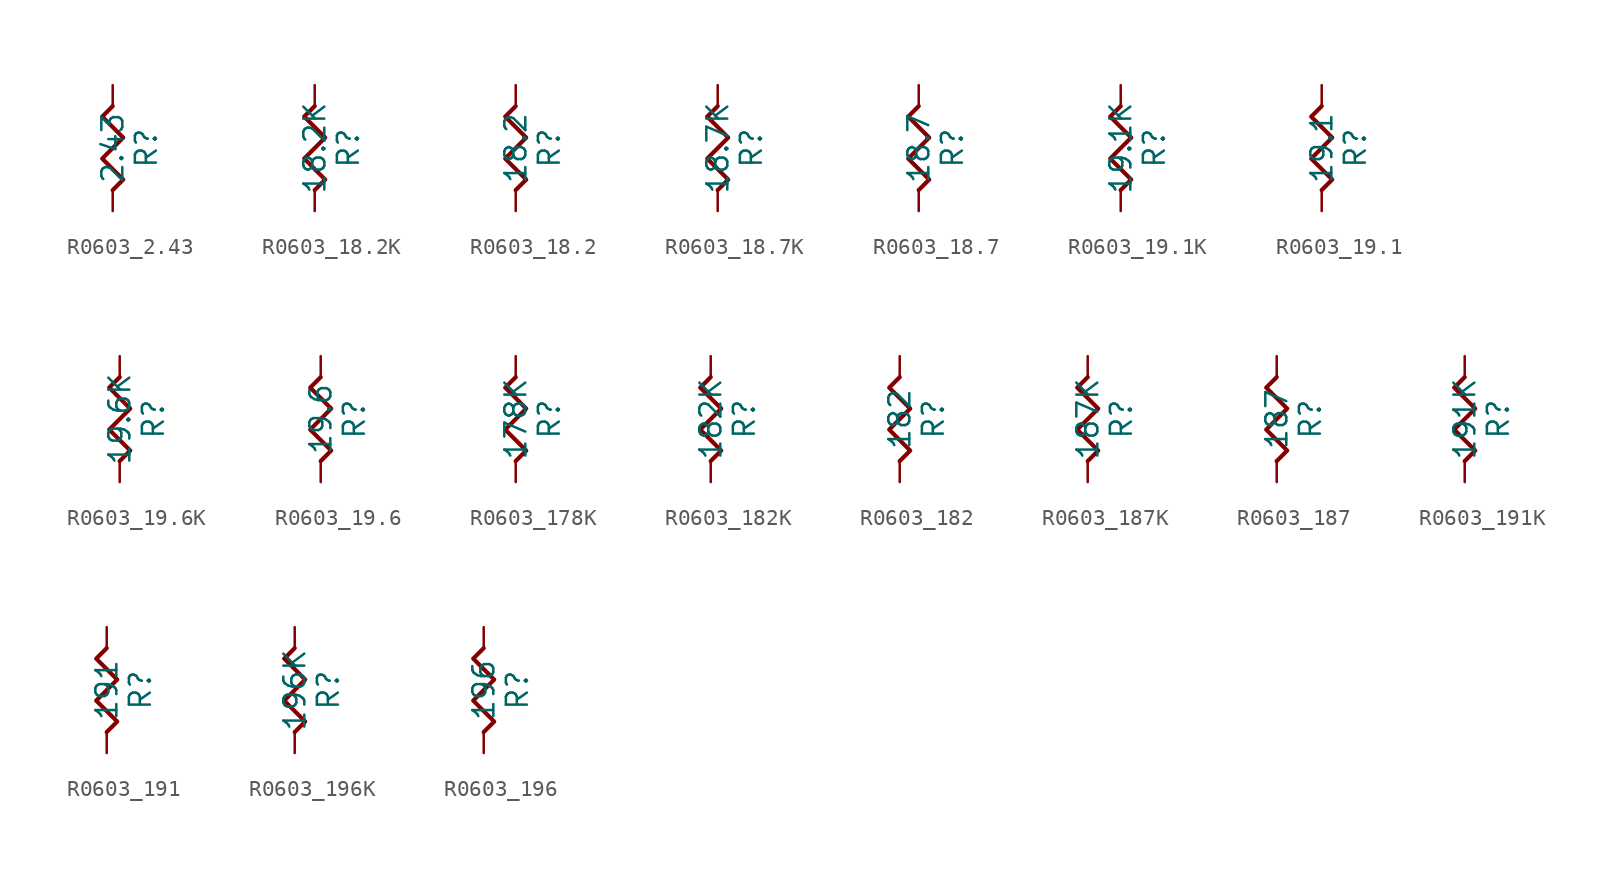
<source format=kicad_sym>
(kicad_symbol_lib
  (version 20211014)
  (generator atlantix-eda)
  (symbol "R0603_2.43"
    (pin_numbers hide)
    (pin_names
      (offset 0))
    (property "Reference" "R"
      (at 2.032 0 90)
      (effects (font (size 1.27 1.27))))
    (property "Value" "2.43"
      (at 0 0 90)
      (effects (font (size 1.27 1.27))))
    (symbol "R0603_2.43_0_1"
      (polyline (pts (xy 0 -2.54) (xy 0.635 -1.905) (xy -0.635 -0.635) (xy 0.635 0.635) (xy -0.635 1.905) (xy 0 2.54)) (stroke (width 0.254) (type default) (color 0 0 0 0)) (fill (type none))))
    (symbol "R0603_2.43_1_1"
      (pin passive line (at 0 3.81 270) (length 1.27) (name "~" (effects (font (size 1.27 1.27)))) (number "1" (effects (font (size 1.27 1.27)))))
      (pin passive line (at 0 -3.81 90) (length 1.27) (name "~" (effects (font (size 1.27 1.27)))) (number "2" (effects (font (size 1.27 1.27)))))))
  (symbol "R0603_18.2K"
    (pin_numbers hide)
    (pin_names
      (offset 0))
    (property "Reference" "R"
      (at 2.032 0 90)
      (effects (font (size 1.27 1.27))))
    (property "Value" "18.2K"
      (at 0 0 90)
      (effects (font (size 1.27 1.27))))
    (symbol "R0603_18.2K_0_1"
      (polyline (pts (xy 0 -2.54) (xy 0.635 -1.905) (xy -0.635 -0.635) (xy 0.635 0.635) (xy -0.635 1.905) (xy 0 2.54)) (stroke (width 0.254) (type default) (color 0 0 0 0)) (fill (type none))))
    (symbol "R0603_18.2K_1_1"
      (pin passive line (at 0 3.81 270) (length 1.27) (name "~" (effects (font (size 1.27 1.27)))) (number "1" (effects (font (size 1.27 1.27)))))
      (pin passive line (at 0 -3.81 90) (length 1.27) (name "~" (effects (font (size 1.27 1.27)))) (number "2" (effects (font (size 1.27 1.27)))))))
  (symbol "R0603_18.2"
    (pin_numbers hide)
    (pin_names
      (offset 0))
    (property "Reference" "R"
      (at 2.032 0 90)
      (effects (font (size 1.27 1.27))))
    (property "Value" "18.2"
      (at 0 0 90)
      (effects (font (size 1.27 1.27))))
    (symbol "R0603_18.2_0_1"
      (polyline (pts (xy 0 -2.54) (xy 0.635 -1.905) (xy -0.635 -0.635) (xy 0.635 0.635) (xy -0.635 1.905) (xy 0 2.54)) (stroke (width 0.254) (type default) (color 0 0 0 0)) (fill (type none))))
    (symbol "R0603_18.2_1_1"
      (pin passive line (at 0 3.81 270) (length 1.27) (name "~" (effects (font (size 1.27 1.27)))) (number "1" (effects (font (size 1.27 1.27)))))
      (pin passive line (at 0 -3.81 90) (length 1.27) (name "~" (effects (font (size 1.27 1.27)))) (number "2" (effects (font (size 1.27 1.27)))))))
  (symbol "R0603_18.7K"
    (pin_numbers hide)
    (pin_names
      (offset 0))
    (property "Reference" "R"
      (at 2.032 0 90)
      (effects (font (size 1.27 1.27))))
    (property "Value" "18.7K"
      (at 0 0 90)
      (effects (font (size 1.27 1.27))))
    (symbol "R0603_18.7K_0_1"
      (polyline (pts (xy 0 -2.54) (xy 0.635 -1.905) (xy -0.635 -0.635) (xy 0.635 0.635) (xy -0.635 1.905) (xy 0 2.54)) (stroke (width 0.254) (type default) (color 0 0 0 0)) (fill (type none))))
    (symbol "R0603_18.7K_1_1"
      (pin passive line (at 0 3.81 270) (length 1.27) (name "~" (effects (font (size 1.27 1.27)))) (number "1" (effects (font (size 1.27 1.27)))))
      (pin passive line (at 0 -3.81 90) (length 1.27) (name "~" (effects (font (size 1.27 1.27)))) (number "2" (effects (font (size 1.27 1.27)))))))
  (symbol "R0603_18.7"
    (pin_numbers hide)
    (pin_names
      (offset 0))
    (property "Reference" "R"
      (at 2.032 0 90)
      (effects (font (size 1.27 1.27))))
    (property "Value" "18.7"
      (at 0 0 90)
      (effects (font (size 1.27 1.27))))
    (symbol "R0603_18.7_0_1"
      (polyline (pts (xy 0 -2.54) (xy 0.635 -1.905) (xy -0.635 -0.635) (xy 0.635 0.635) (xy -0.635 1.905) (xy 0 2.54)) (stroke (width 0.254) (type default) (color 0 0 0 0)) (fill (type none))))
    (symbol "R0603_18.7_1_1"
      (pin passive line (at 0 3.81 270) (length 1.27) (name "~" (effects (font (size 1.27 1.27)))) (number "1" (effects (font (size 1.27 1.27)))))
      (pin passive line (at 0 -3.81 90) (length 1.27) (name "~" (effects (font (size 1.27 1.27)))) (number "2" (effects (font (size 1.27 1.27)))))))
  (symbol "R0603_19.1K"
    (pin_numbers hide)
    (pin_names
      (offset 0))
    (property "Reference" "R"
      (at 2.032 0 90)
      (effects (font (size 1.27 1.27))))
    (property "Value" "19.1K"
      (at 0 0 90)
      (effects (font (size 1.27 1.27))))
    (symbol "R0603_19.1K_0_1"
      (polyline (pts (xy 0 -2.54) (xy 0.635 -1.905) (xy -0.635 -0.635) (xy 0.635 0.635) (xy -0.635 1.905) (xy 0 2.54)) (stroke (width 0.254) (type default) (color 0 0 0 0)) (fill (type none))))
    (symbol "R0603_19.1K_1_1"
      (pin passive line (at 0 3.81 270) (length 1.27) (name "~" (effects (font (size 1.27 1.27)))) (number "1" (effects (font (size 1.27 1.27)))))
      (pin passive line (at 0 -3.81 90) (length 1.27) (name "~" (effects (font (size 1.27 1.27)))) (number "2" (effects (font (size 1.27 1.27)))))))
  (symbol "R0603_19.1"
    (pin_numbers hide)
    (pin_names
      (offset 0))
    (property "Reference" "R"
      (at 2.032 0 90)
      (effects (font (size 1.27 1.27))))
    (property "Value" "19.1"
      (at 0 0 90)
      (effects (font (size 1.27 1.27))))
    (symbol "R0603_19.1_0_1"
      (polyline (pts (xy 0 -2.54) (xy 0.635 -1.905) (xy -0.635 -0.635) (xy 0.635 0.635) (xy -0.635 1.905) (xy 0 2.54)) (stroke (width 0.254) (type default) (color 0 0 0 0)) (fill (type none))))
    (symbol "R0603_19.1_1_1"
      (pin passive line (at 0 3.81 270) (length 1.27) (name "~" (effects (font (size 1.27 1.27)))) (number "1" (effects (font (size 1.27 1.27)))))
      (pin passive line (at 0 -3.81 90) (length 1.27) (name "~" (effects (font (size 1.27 1.27)))) (number "2" (effects (font (size 1.27 1.27)))))))
  (symbol "R0603_19.6K"
    (pin_numbers hide)
    (pin_names
      (offset 0))
    (property "Reference" "R"
      (at 2.032 0 90)
      (effects (font (size 1.27 1.27))))
    (property "Value" "19.6K"
      (at 0 0 90)
      (effects (font (size 1.27 1.27))))
    (symbol "R0603_19.6K_0_1"
      (polyline (pts (xy 0 -2.54) (xy 0.635 -1.905) (xy -0.635 -0.635) (xy 0.635 0.635) (xy -0.635 1.905) (xy 0 2.54)) (stroke (width 0.254) (type default) (color 0 0 0 0)) (fill (type none))))
    (symbol "R0603_19.6K_1_1"
      (pin passive line (at 0 3.81 270) (length 1.27) (name "~" (effects (font (size 1.27 1.27)))) (number "1" (effects (font (size 1.27 1.27)))))
      (pin passive line (at 0 -3.81 90) (length 1.27) (name "~" (effects (font (size 1.27 1.27)))) (number "2" (effects (font (size 1.27 1.27)))))))
  (symbol "R0603_19.6"
    (pin_numbers hide)
    (pin_names
      (offset 0))
    (property "Reference" "R"
      (at 2.032 0 90)
      (effects (font (size 1.27 1.27))))
    (property "Value" "19.6"
      (at 0 0 90)
      (effects (font (size 1.27 1.27))))
    (symbol "R0603_19.6_0_1"
      (polyline (pts (xy 0 -2.54) (xy 0.635 -1.905) (xy -0.635 -0.635) (xy 0.635 0.635) (xy -0.635 1.905) (xy 0 2.54)) (stroke (width 0.254) (type default) (color 0 0 0 0)) (fill (type none))))
    (symbol "R0603_19.6_1_1"
      (pin passive line (at 0 3.81 270) (length 1.27) (name "~" (effects (font (size 1.27 1.27)))) (number "1" (effects (font (size 1.27 1.27)))))
      (pin passive line (at 0 -3.81 90) (length 1.27) (name "~" (effects (font (size 1.27 1.27)))) (number "2" (effects (font (size 1.27 1.27)))))))
  (symbol "R0603_178K"
    (pin_numbers hide)
    (pin_names
      (offset 0))
    (property "Reference" "R"
      (at 2.032 0 90)
      (effects (font (size 1.27 1.27))))
    (property "Value" "178K"
      (at 0 0 90)
      (effects (font (size 1.27 1.27))))
    (symbol "R0603_178K_0_1"
      (polyline (pts (xy 0 -2.54) (xy 0.635 -1.905) (xy -0.635 -0.635) (xy 0.635 0.635) (xy -0.635 1.905) (xy 0 2.54)) (stroke (width 0.254) (type default) (color 0 0 0 0)) (fill (type none))))
    (symbol "R0603_178K_1_1"
      (pin passive line (at 0 3.81 270) (length 1.27) (name "~" (effects (font (size 1.27 1.27)))) (number "1" (effects (font (size 1.27 1.27)))))
      (pin passive line (at 0 -3.81 90) (length 1.27) (name "~" (effects (font (size 1.27 1.27)))) (number "2" (effects (font (size 1.27 1.27)))))))
  (symbol "R0603_182K"
    (pin_numbers hide)
    (pin_names
      (offset 0))
    (property "Reference" "R"
      (at 2.032 0 90)
      (effects (font (size 1.27 1.27))))
    (property "Value" "182K"
      (at 0 0 90)
      (effects (font (size 1.27 1.27))))
    (symbol "R0603_182K_0_1"
      (polyline (pts (xy 0 -2.54) (xy 0.635 -1.905) (xy -0.635 -0.635) (xy 0.635 0.635) (xy -0.635 1.905) (xy 0 2.54)) (stroke (width 0.254) (type default) (color 0 0 0 0)) (fill (type none))))
    (symbol "R0603_182K_1_1"
      (pin passive line (at 0 3.81 270) (length 1.27) (name "~" (effects (font (size 1.27 1.27)))) (number "1" (effects (font (size 1.27 1.27)))))
      (pin passive line (at 0 -3.81 90) (length 1.27) (name "~" (effects (font (size 1.27 1.27)))) (number "2" (effects (font (size 1.27 1.27)))))))
  (symbol "R0603_182"
    (pin_numbers hide)
    (pin_names
      (offset 0))
    (property "Reference" "R"
      (at 2.032 0 90)
      (effects (font (size 1.27 1.27))))
    (property "Value" "182"
      (at 0 0 90)
      (effects (font (size 1.27 1.27))))
    (symbol "R0603_182_0_1"
      (polyline (pts (xy 0 -2.54) (xy 0.635 -1.905) (xy -0.635 -0.635) (xy 0.635 0.635) (xy -0.635 1.905) (xy 0 2.54)) (stroke (width 0.254) (type default) (color 0 0 0 0)) (fill (type none))))
    (symbol "R0603_182_1_1"
      (pin passive line (at 0 3.81 270) (length 1.27) (name "~" (effects (font (size 1.27 1.27)))) (number "1" (effects (font (size 1.27 1.27)))))
      (pin passive line (at 0 -3.81 90) (length 1.27) (name "~" (effects (font (size 1.27 1.27)))) (number "2" (effects (font (size 1.27 1.27)))))))
  (symbol "R0603_187K"
    (pin_numbers hide)
    (pin_names
      (offset 0))
    (property "Reference" "R"
      (at 2.032 0 90)
      (effects (font (size 1.27 1.27))))
    (property "Value" "187K"
      (at 0 0 90)
      (effects (font (size 1.27 1.27))))
    (symbol "R0603_187K_0_1"
      (polyline (pts (xy 0 -2.54) (xy 0.635 -1.905) (xy -0.635 -0.635) (xy 0.635 0.635) (xy -0.635 1.905) (xy 0 2.54)) (stroke (width 0.254) (type default) (color 0 0 0 0)) (fill (type none))))
    (symbol "R0603_187K_1_1"
      (pin passive line (at 0 3.81 270) (length 1.27) (name "~" (effects (font (size 1.27 1.27)))) (number "1" (effects (font (size 1.27 1.27)))))
      (pin passive line (at 0 -3.81 90) (length 1.27) (name "~" (effects (font (size 1.27 1.27)))) (number "2" (effects (font (size 1.27 1.27)))))))
  (symbol "R0603_187"
    (pin_numbers hide)
    (pin_names
      (offset 0))
    (property "Reference" "R"
      (at 2.032 0 90)
      (effects (font (size 1.27 1.27))))
    (property "Value" "187"
      (at 0 0 90)
      (effects (font (size 1.27 1.27))))
    (symbol "R0603_187_0_1"
      (polyline (pts (xy 0 -2.54) (xy 0.635 -1.905) (xy -0.635 -0.635) (xy 0.635 0.635) (xy -0.635 1.905) (xy 0 2.54)) (stroke (width 0.254) (type default) (color 0 0 0 0)) (fill (type none))))
    (symbol "R0603_187_1_1"
      (pin passive line (at 0 3.81 270) (length 1.27) (name "~" (effects (font (size 1.27 1.27)))) (number "1" (effects (font (size 1.27 1.27)))))
      (pin passive line (at 0 -3.81 90) (length 1.27) (name "~" (effects (font (size 1.27 1.27)))) (number "2" (effects (font (size 1.27 1.27)))))))
  (symbol "R0603_191K"
    (pin_numbers hide)
    (pin_names
      (offset 0))
    (property "Reference" "R"
      (at 2.032 0 90)
      (effects (font (size 1.27 1.27))))
    (property "Value" "191K"
      (at 0 0 90)
      (effects (font (size 1.27 1.27))))
    (symbol "R0603_191K_0_1"
      (polyline (pts (xy 0 -2.54) (xy 0.635 -1.905) (xy -0.635 -0.635) (xy 0.635 0.635) (xy -0.635 1.905) (xy 0 2.54)) (stroke (width 0.254) (type default) (color 0 0 0 0)) (fill (type none))))
    (symbol "R0603_191K_1_1"
      (pin passive line (at 0 3.81 270) (length 1.27) (name "~" (effects (font (size 1.27 1.27)))) (number "1" (effects (font (size 1.27 1.27)))))
      (pin passive line (at 0 -3.81 90) (length 1.27) (name "~" (effects (font (size 1.27 1.27)))) (number "2" (effects (font (size 1.27 1.27)))))))
  (symbol "R0603_191"
    (pin_numbers hide)
    (pin_names
      (offset 0))
    (property "Reference" "R"
      (at 2.032 0 90)
      (effects (font (size 1.27 1.27))))
    (property "Value" "191"
      (at 0 0 90)
      (effects (font (size 1.27 1.27))))
    (symbol "R0603_191_0_1"
      (polyline (pts (xy 0 -2.54) (xy 0.635 -1.905) (xy -0.635 -0.635) (xy 0.635 0.635) (xy -0.635 1.905) (xy 0 2.54)) (stroke (width 0.254) (type default) (color 0 0 0 0)) (fill (type none))))
    (symbol "R0603_191_1_1"
      (pin passive line (at 0 3.81 270) (length 1.27) (name "~" (effects (font (size 1.27 1.27)))) (number "1" (effects (font (size 1.27 1.27)))))
      (pin passive line (at 0 -3.81 90) (length 1.27) (name "~" (effects (font (size 1.27 1.27)))) (number "2" (effects (font (size 1.27 1.27)))))))
  (symbol "R0603_196K"
    (pin_numbers hide)
    (pin_names
      (offset 0))
    (property "Reference" "R"
      (at 2.032 0 90)
      (effects (font (size 1.27 1.27))))
    (property "Value" "196K"
      (at 0 0 90)
      (effects (font (size 1.27 1.27))))
    (symbol "R0603_196K_0_1"
      (polyline (pts (xy 0 -2.54) (xy 0.635 -1.905) (xy -0.635 -0.635) (xy 0.635 0.635) (xy -0.635 1.905) (xy 0 2.54)) (stroke (width 0.254) (type default) (color 0 0 0 0)) (fill (type none))))
    (symbol "R0603_196K_1_1"
      (pin passive line (at 0 3.81 270) (length 1.27) (name "~" (effects (font (size 1.27 1.27)))) (number "1" (effects (font (size 1.27 1.27)))))
      (pin passive line (at 0 -3.81 90) (length 1.27) (name "~" (effects (font (size 1.27 1.27)))) (number "2" (effects (font (size 1.27 1.27)))))))
  (symbol "R0603_196"
    (pin_numbers hide)
    (pin_names
      (offset 0))
    (property "Reference" "R"
      (at 2.032 0 90)
      (effects (font (size 1.27 1.27))))
    (property "Value" "196"
      (at 0 0 90)
      (effects (font (size 1.27 1.27))))
    (symbol "R0603_196_0_1"
      (polyline (pts (xy 0 -2.54) (xy 0.635 -1.905) (xy -0.635 -0.635) (xy 0.635 0.635) (xy -0.635 1.905) (xy 0 2.54)) (stroke (width 0.254) (type default) (color 0 0 0 0)) (fill (type none))))
    (symbol "R0603_196_1_1"
      (pin passive line (at 0 3.81 270) (length 1.27) (name "~" (effects (font (size 1.27 1.27)))) (number "1" (effects (font (size 1.27 1.27)))))
      (pin passive line (at 0 -3.81 90) (length 1.27) (name "~" (effects (font (size 1.27 1.27)))) (number "2" (effects (font (size 1.27 1.27))))))))
</source>
